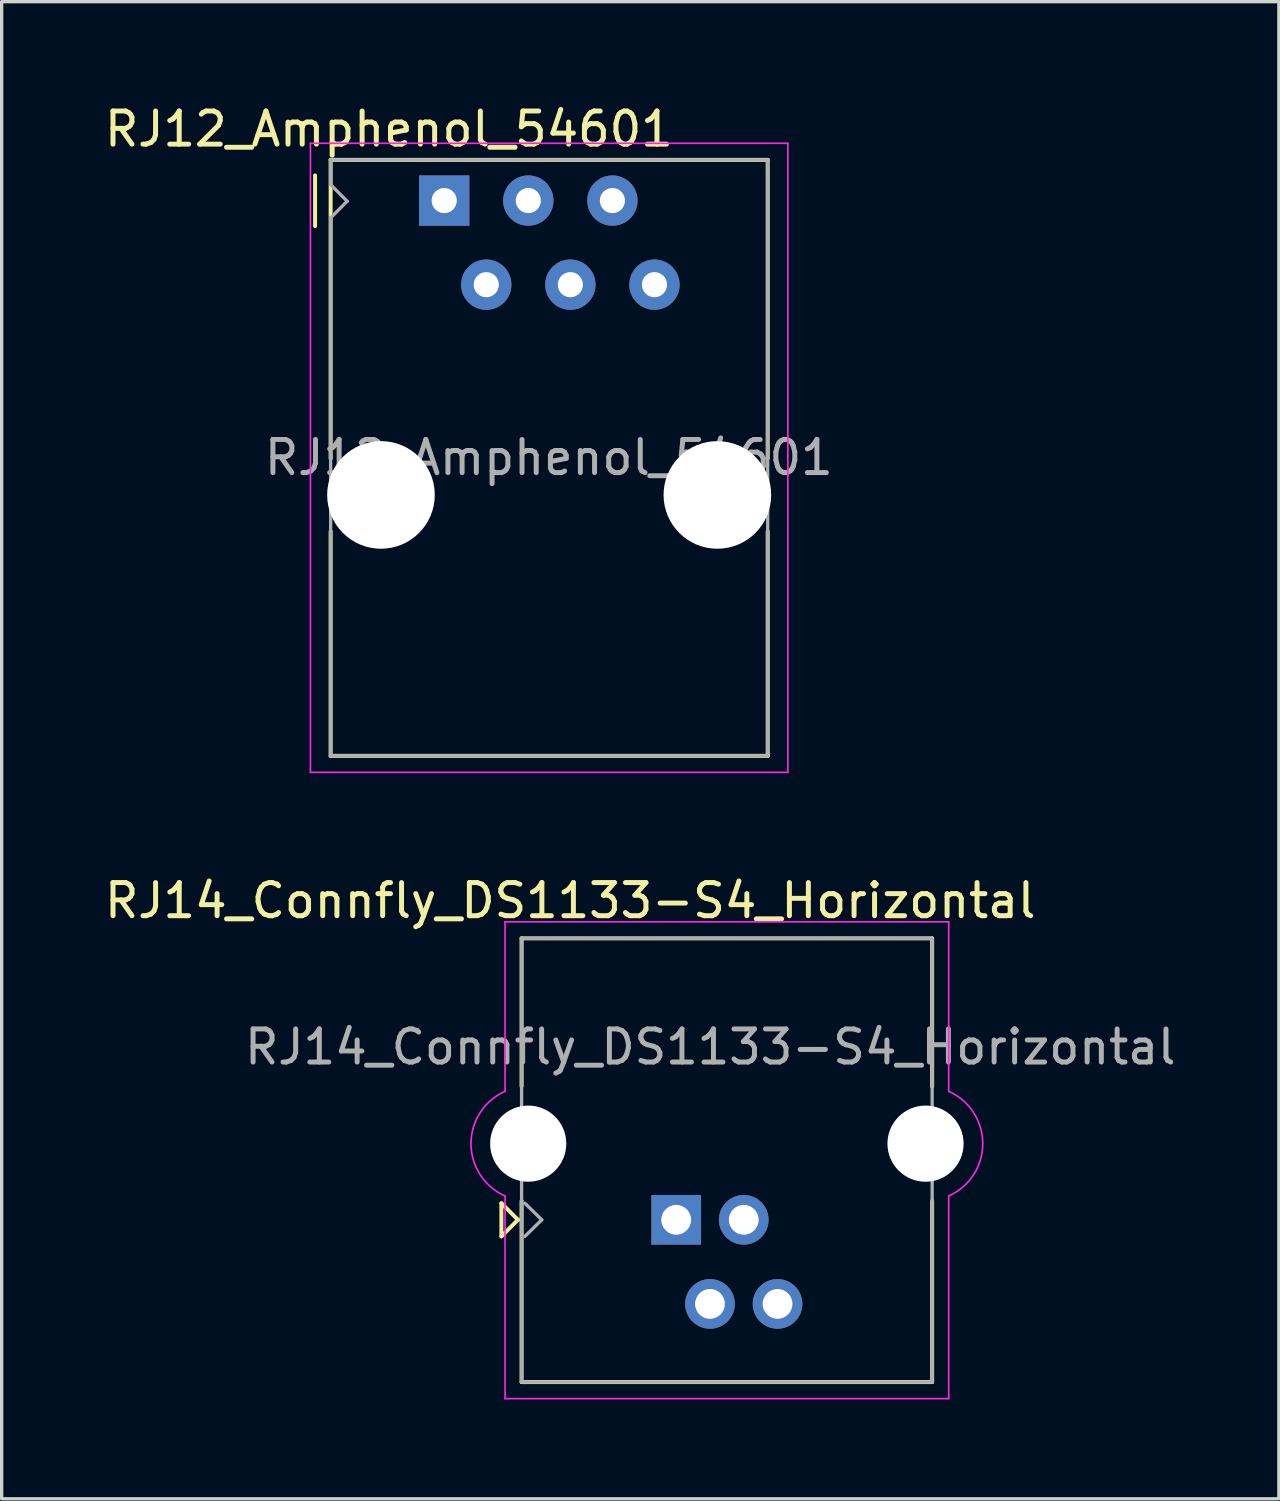
<source format=kicad_pcb>
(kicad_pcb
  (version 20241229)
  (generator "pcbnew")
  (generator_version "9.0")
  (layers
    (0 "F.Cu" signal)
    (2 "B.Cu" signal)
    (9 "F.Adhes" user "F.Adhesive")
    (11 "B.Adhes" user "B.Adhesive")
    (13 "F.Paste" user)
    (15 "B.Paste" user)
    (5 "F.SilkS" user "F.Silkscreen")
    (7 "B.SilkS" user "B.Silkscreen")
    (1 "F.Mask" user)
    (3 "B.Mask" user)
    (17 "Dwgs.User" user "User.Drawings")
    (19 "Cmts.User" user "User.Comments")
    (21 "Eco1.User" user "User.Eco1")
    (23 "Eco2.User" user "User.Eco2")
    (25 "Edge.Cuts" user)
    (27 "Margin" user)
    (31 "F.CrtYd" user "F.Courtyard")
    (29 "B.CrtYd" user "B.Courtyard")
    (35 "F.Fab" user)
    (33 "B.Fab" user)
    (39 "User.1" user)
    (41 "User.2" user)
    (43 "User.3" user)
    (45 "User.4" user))
  (footprint "RJ12_Amphenol_54601"
    (layer "F.Cu")
    (at 10.366 3.008)
    (property "Reference" "RJ12_Amphenol_54601" (at -1.67 -2.16 0) (layer "F.SilkS") (effects (font (size 1 1) (thickness 0.15))))
    (attr through_hole)
    (fp_line (start -3.9 0.77) (end -3.9 -0.76) (stroke (width 0.12) (type solid)) (layer "F.SilkS"))
    (fp_line (start -3.43 -1.23) (end 9.77 -1.23) (stroke (width 0.12) (type solid)) (layer "F.SilkS"))
    (fp_line (start -3.43 7.72) (end -3.43 7.79) (stroke (width 0.1) (type solid)) (layer "F.SilkS"))
    (fp_line (start -3.43 7.79) (end -3.43 -1.23) (stroke (width 0.12) (type solid)) (layer "F.SilkS"))
    (fp_line (start -3.43 16.77) (end -3.43 9.99) (stroke (width 0.12) (type solid)) (layer "F.SilkS"))
    (fp_line (start 9.77 -1.23) (end 9.77 7.79) (stroke (width 0.12) (type solid)) (layer "F.SilkS"))
    (fp_line (start 9.77 16.65) (end 9.77 16.77) (stroke (width 0.1) (type solid)) (layer "F.SilkS"))
    (fp_line (start 9.77 16.76) (end 9.77 16.77) (stroke (width 0.1) (type solid)) (layer "F.SilkS"))
    (fp_line (start 9.77 16.77) (end -3.43 16.77) (stroke (width 0.12) (type solid)) (layer "F.SilkS"))
    (fp_line (start 9.77 16.77) (end 9.77 9.99) (stroke (width 0.12) (type solid)) (layer "F.SilkS"))
    (fp_line (start -4.04 -1.73) (end 10.38 -1.73) (stroke (width 0.05) (type solid)) (layer "F.CrtYd"))
    (fp_line (start -4.04 17.27) (end -4.04 -1.73) (stroke (width 0.05) (type solid)) (layer "F.CrtYd"))
    (fp_line (start 10.38 -1.73) (end 10.38 17.27) (stroke (width 0.05) (type solid)) (layer "F.CrtYd"))
    (fp_line (start 10.38 17.27) (end -4.04 17.27) (stroke (width 0.05) (type solid)) (layer "F.CrtYd"))
    (fp_line (start -3.43 -1.23) (end 9.77 -1.23) (stroke (width 0.1) (type solid)) (layer "F.Fab"))
    (fp_line (start -3.43 -0.48) (end -3.43 -1.23) (stroke (width 0.1) (type solid)) (layer "F.Fab"))
    (fp_line (start -3.43 0.52) (end -2.93 0.02) (stroke (width 0.1) (type solid)) (layer "F.Fab"))
    (fp_line (start -3.43 16.77) (end -3.43 0.52) (stroke (width 0.1) (type solid)) (layer "F.Fab"))
    (fp_line (start -2.93 0.02) (end -3.43 -0.48) (stroke (width 0.1) (type solid)) (layer "F.Fab"))
    (fp_line (start 9.77 -1.23) (end 9.77 16.77) (stroke (width 0.1) (type solid)) (layer "F.Fab"))
    (fp_line (start 9.77 16.77) (end -3.43 16.77) (stroke (width 0.1) (type solid)) (layer "F.Fab"))
    (fp_text user "${REFERENCE}" (at 3.16 7.76 0) (layer "F.Fab") (effects (font (size 1 1) (thickness 0.15))))
    (pad "" np_thru_hole circle (at -1.91 8.89) (size 3.25 3.25) (drill 3.25) (layers "*.Cu" "*.Mask"))
    (pad "" np_thru_hole circle (at 8.25 8.89) (size 3.25 3.25) (drill 3.25) (layers "*.Cu" "*.Mask"))
    (pad "1" thru_hole rect (at 0 0) (size 1.52 1.52) (drill 0.76) (layers "*.Cu" "*.Mask"))
    (pad "2" thru_hole circle (at 1.27 2.54) (size 1.52 1.52) (drill 0.76) (layers "*.Cu" "*.Mask"))
    (pad "3" thru_hole circle (at 2.54 0) (size 1.52 1.52) (drill 0.76) (layers "*.Cu" "*.Mask"))
    (pad "4" thru_hole circle (at 3.81 2.54) (size 1.52 1.52) (drill 0.76) (layers "*.Cu" "*.Mask"))
    (pad "5" thru_hole circle (at 5.08 0) (size 1.52 1.52) (drill 0.76) (layers "*.Cu" "*.Mask"))
    (pad "6" thru_hole circle (at 6.35 2.54) (size 1.52 1.52) (drill 0.76) (layers "*.Cu" "*.Mask")))
  (footprint "RJ14_Connfly_DS1133-S4_Horizontal"
    (layer "F.Cu")
    (at 17.373 33.791)
    (property "Reference" "RJ14_Connfly_DS1133-S4_Horizontal" (at -3.2 -9.64 180) (layer "F.SilkS") (effects (font (size 1 1) (thickness 0.15))))
    (attr through_hole)
    (fp_line (start -5.28 -0.5) (end -4.78 0) (stroke (width 0.12) (type solid)) (layer "F.SilkS"))
    (fp_line (start -5.28 0.5) (end -5.28 -0.5) (stroke (width 0.12) (type solid)) (layer "F.SilkS"))
    (fp_line (start -4.78 0) (end -5.28 0.5) (stroke (width 0.12) (type solid)) (layer "F.SilkS"))
    (fp_line (start -4.67 -8.5) (end -4.67 -4.03) (stroke (width 0.12) (type solid)) (layer "F.SilkS"))
    (fp_line (start -4.67 -8.5) (end 7.73 -8.5) (stroke (width 0.12) (type solid)) (layer "F.SilkS"))
    (fp_line (start -4.67 4.9) (end -4.67 -0.57) (stroke (width 0.12) (type solid)) (layer "F.SilkS"))
    (fp_line (start 7.73 -8.5) (end 7.73 -4.03) (stroke (width 0.12) (type solid)) (layer "F.SilkS"))
    (fp_line (start 7.73 -0.57) (end 7.73 4.9) (stroke (width 0.12) (type solid)) (layer "F.SilkS"))
    (fp_line (start 7.73 4.9) (end -4.67 4.9) (stroke (width 0.12) (type solid)) (layer "F.SilkS"))
    (fp_line (start -5.17 -9) (end 8.23 -9) (stroke (width 0.05) (type solid)) (layer "F.CrtYd"))
    (fp_line (start -5.17 -3.88) (end -5.17 -9) (stroke (width 0.05) (type solid)) (layer "F.CrtYd"))
    (fp_line (start -5.17 5.4) (end -5.17 -0.72) (stroke (width 0.05) (type solid)) (layer "F.CrtYd"))
    (fp_line (start 8.23 -9) (end 8.23 -3.88) (stroke (width 0.05) (type solid)) (layer "F.CrtYd"))
    (fp_line (start 8.23 5.4) (end -5.17 5.4) (stroke (width 0.05) (type solid)) (layer "F.CrtYd"))
    (fp_line (start 8.23 5.4) (end 8.23 -0.72) (stroke (width 0.05) (type solid)) (layer "F.CrtYd"))
    (fp_arc (start -5.17 -0.72) (mid -6.19812 -2.3) (end -5.17 -3.88) (stroke (width 0.05) (type solid)) (layer "F.CrtYd"))
    (fp_arc (start 8.23 -3.88) (mid 9.25812 -2.3) (end 8.23 -0.72) (stroke (width 0.05) (type solid)) (layer "F.CrtYd"))
    (fp_line (start -4.67 -8.5) (end 7.73 -8.5) (stroke (width 0.1) (type solid)) (layer "F.Fab"))
    (fp_line (start -4.67 4.9) (end -4.67 -8.5) (stroke (width 0.1) (type solid)) (layer "F.Fab"))
    (fp_line (start -4.57 -0.5) (end -4.06 0) (stroke (width 0.1) (type solid)) (layer "F.Fab"))
    (fp_line (start -4.06 0) (end -4.57 0.5) (stroke (width 0.1) (type solid)) (layer "F.Fab"))
    (fp_line (start 7.73 -8.5) (end 7.73 4.9) (stroke (width 0.1) (type solid)) (layer "F.Fab"))
    (fp_line (start 7.73 4.9) (end -4.67 4.9) (stroke (width 0.1) (type solid)) (layer "F.Fab"))
    (fp_text user "${REFERENCE}" (at 1.03 -5.22 180) (layer "F.Fab") (effects (font (size 1 1) (thickness 0.15))))
    (pad "" np_thru_hole circle (at -4.47 -2.3 180) (size 2.3 2.3) (drill 2.3) (layers "*.Cu" "*.Mask"))
    (pad "" np_thru_hole circle (at 7.53 -2.3 180) (size 2.3 2.3) (drill 2.3) (layers "*.Cu" "*.Mask"))
    (pad "1" thru_hole rect (at 0 0 180) (size 1.5 1.5) (drill 0.9) (layers "*.Cu" "*.Mask"))
    (pad "2" thru_hole circle (at 1.02 2.54 180) (size 1.5 1.5) (drill 0.9) (layers "*.Cu" "*.Mask"))
    (pad "3" thru_hole circle (at 2.04 0 180) (size 1.5 1.5) (drill 0.9) (layers "*.Cu" "*.Mask"))
    (pad "4" thru_hole circle (at 3.06 2.54 180) (size 1.5 1.5) (drill 0.9) (layers "*.Cu" "*.Mask")))
  (gr_rect
    (start -3 -3)
    (end 35.575 42.217)
    (stroke (width 0.1) (type default))
    (fill no)
    (layer "Edge.Cuts")))
</source>
